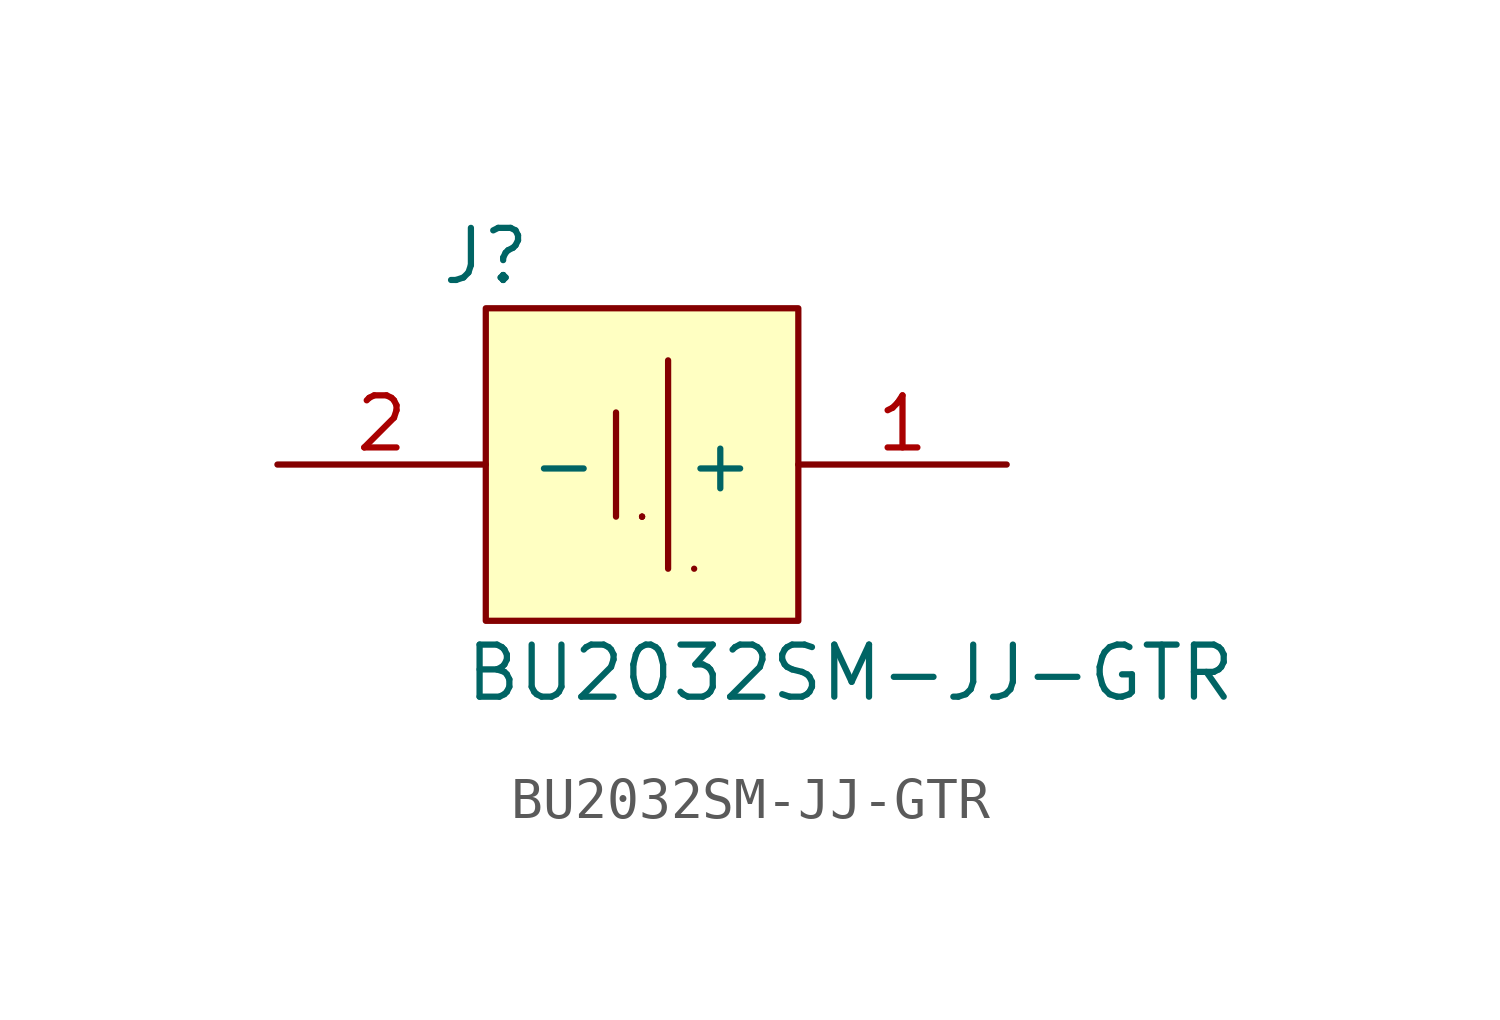
<source format=kicad_sym>
(kicad_symbol_lib
  (version 20220914)
  (generator kicad_symbol_editor)
  (symbol "BU2032SM-JJ-GTR"
    (pin_names
      (offset 1.016))
    (property "Reference" "J"
      (at -3.81 5.08 0)
      (effects (font (size 1.27 1.27))))
    (property "Value" "BU2032SM-JJ-GTR"
      (at 5.08 -5.08 0)
      (effects (font (size 1.27 1.27))))
    (symbol "BU2032SM-JJ-GTR_0_1"
      (rectangle (start -3.81 3.81) (end 3.81 -3.81) (stroke (width 0) (type default)) (fill (type background)))
      (polyline (pts (xy -0.635 1.27) (xy -0.635 -1.27)) (stroke (width 0) (type default)) (fill (type none)))
      (polyline (pts (xy 0 -1.27) (xy 0 -1.27)) (stroke (width 0) (type default)) (fill (type none)))
      (polyline (pts (xy 0 -1.27) (xy 0 -1.27)) (stroke (width 0) (type default)) (fill (type none)))
      (polyline (pts (xy 0 -1.27) (xy 0 -1.27)) (stroke (width 0) (type default)) (fill (type none)))
      (polyline (pts (xy 0.635 2.54) (xy 0.635 -2.54)) (stroke (width 0) (type default)) (fill (type none)))
      (polyline (pts (xy 1.27 -2.54) (xy 1.27 -2.54)) (stroke (width 0) (type default)) (fill (type none))))
    (symbol "BU2032SM-JJ-GTR_1_1"
      (pin power_out line (at 8.89 0 180) (length 5.08) (name "+" (effects (font (size 1.27 1.27)))) (number "1" (effects (font (size 1.27 1.27)))))
      (pin power_in line (at -8.89 0 0) (length 5.08) (name "-" (effects (font (size 1.27 1.27)))) (number "2" (effects (font (size 1.27 1.27))))))))
</source>
